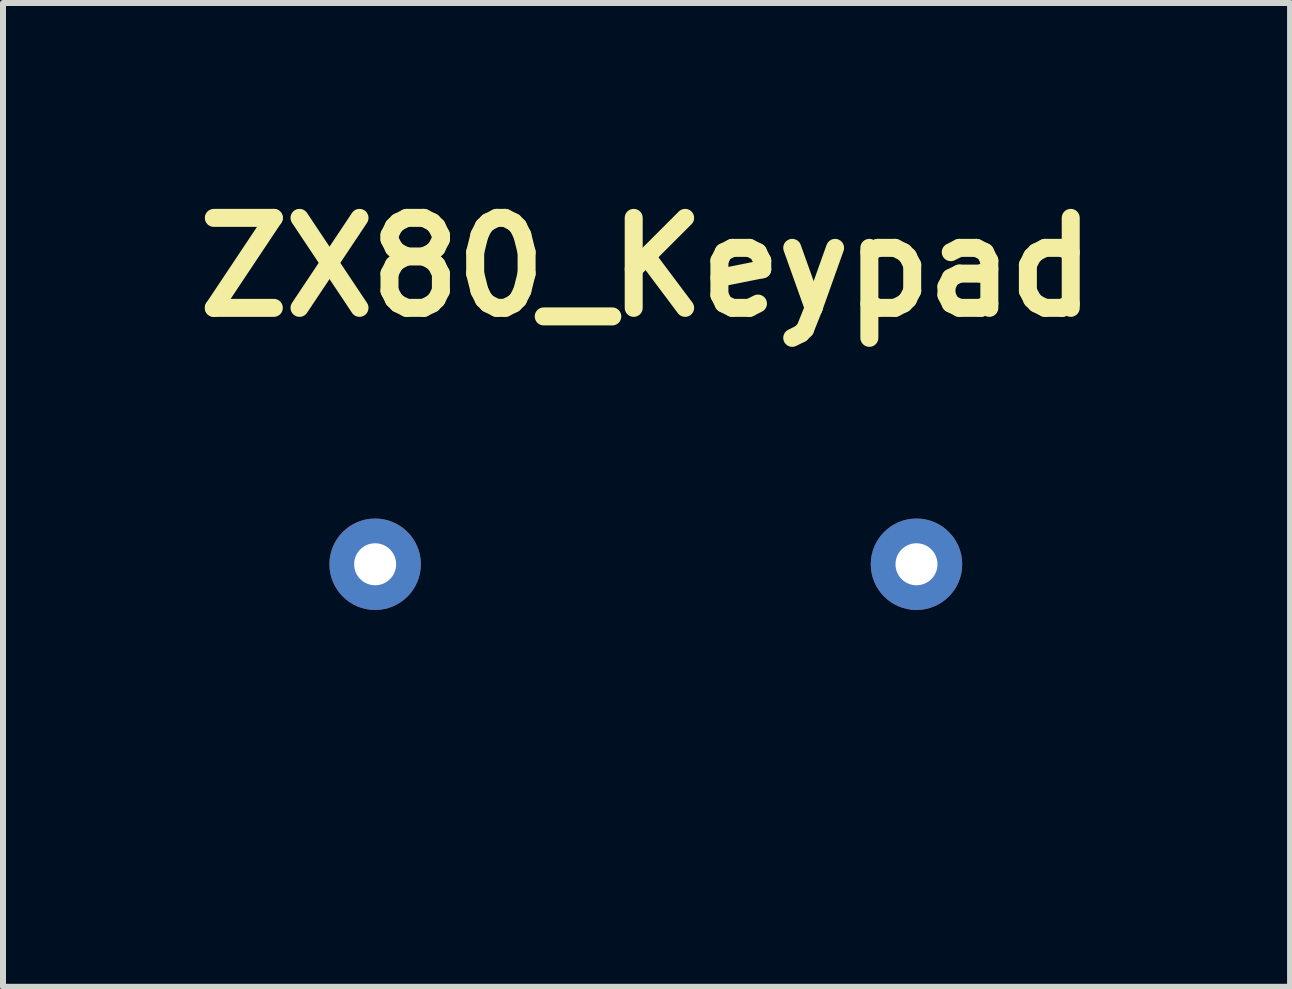
<source format=kicad_pcb>
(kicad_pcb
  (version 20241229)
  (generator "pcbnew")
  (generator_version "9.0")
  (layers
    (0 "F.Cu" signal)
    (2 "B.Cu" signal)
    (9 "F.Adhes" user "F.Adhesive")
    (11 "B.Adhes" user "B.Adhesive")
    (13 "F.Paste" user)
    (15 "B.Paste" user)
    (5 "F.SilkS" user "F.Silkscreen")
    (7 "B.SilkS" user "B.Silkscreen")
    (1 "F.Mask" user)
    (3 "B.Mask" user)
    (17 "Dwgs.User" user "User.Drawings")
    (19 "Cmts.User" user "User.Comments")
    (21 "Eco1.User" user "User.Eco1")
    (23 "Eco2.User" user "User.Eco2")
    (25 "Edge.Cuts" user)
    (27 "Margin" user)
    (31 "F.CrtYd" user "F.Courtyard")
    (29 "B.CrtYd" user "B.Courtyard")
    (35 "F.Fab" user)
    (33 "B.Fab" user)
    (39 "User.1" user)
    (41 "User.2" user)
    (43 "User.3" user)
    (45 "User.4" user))
  (footprint "ZX80_Keypad"
    (layer "F.Cu")
    (at 7.729 6.357)
    (property "Reference" "ZX80_Keypad" (at 0 -4.953 0) (layer "F.SilkS") (effects (font (size 1.5 1.5) (thickness 0.3))))
    (attr board_only exclude_from_pos_files exclude_from_bom)
    (fp_poly (pts (xy 0.228 -2.981) (xy 0.41 -2.979) (xy 0.548 -2.975) (xy 0.656 -2.968) (xy 0.748 -2.955) (xy 0.835 -2.935) (xy 0.933 -2.907) (xy 0.95 -2.902) (xy 1.349 -2.752) (xy 1.711 -2.559) (xy 2.035 -2.323) (xy 2.322 -2.045) (xy 2.568 -1.728) (xy 2.775 -1.371) (xy 2.94 -0.976) (xy 3.063 -0.545) (xy 3.082 -0.457) (xy 3.149 -0.028) (xy 3.178 0.404) (xy 3.168 0.829) (xy 3.121 1.238) (xy 3.037 1.619) (xy 2.959 1.858) (xy 2.783 2.248) (xy 2.557 2.615) (xy 2.289 2.953) (xy 1.982 3.258) (xy 1.643 3.525) (xy 1.275 3.748) (xy 0.886 3.923) (xy 0.756 3.969) (xy 0.684 3.99) (xy 0.614 4.007) (xy 0.536 4.019) (xy 0.44 4.028) (xy 0.316 4.034) (xy 0.156 4.038) (xy -0.052 4.042) (xy -0.071 4.042) (xy -0.337 4.044) (xy -0.552 4.041) (xy -0.722 4.033) (xy -0.853 4.02) (xy -0.907 4.011) (xy -1.305 3.914) (xy -1.675 3.777) (xy -2.023 3.596) (xy -2.355 3.368) (xy -2.676 3.089) (xy -2.963 2.79) (xy -3.126 2.595) (xy -3.271 2.4) (xy -3.406 2.19) (xy -3.541 1.95) (xy -3.658 1.719) (xy -3.731 1.576) (xy -3.8 1.45) (xy -3.86 1.349) (xy -3.904 1.285) (xy -3.92 1.269) (xy -3.967 1.246) (xy -4.059 1.21) (xy -4.183 1.165) (xy -4.329 1.115) (xy -4.424 1.085) (xy -4.682 0.996) (xy -4.891 0.908) (xy -5.056 0.818) (xy -5.184 0.722) (xy -5.282 0.616) (xy -5.322 0.557) (xy -5.361 0.49) (xy -5.387 0.429) (xy -5.402 0.359) (xy -5.411 0.264) (xy -5.417 0.13) (xy -5.418 0.111) (xy -5.417 0.047) (xy -4.806 0.047) (xy -4.771 0.164) (xy -4.698 0.265) (xy -4.595 0.335) (xy -4.551 0.35) (xy -4.486 0.364) (xy -4.439 0.362) (xy -4.378 0.341) (xy -4.356 0.332) (xy -4.244 0.26) (xy -4.173 0.166) (xy -4.143 0.058) (xy -4.148 -0.052) (xy -4.188 -0.155) (xy -4.259 -0.238) (xy -4.359 -0.293) (xy -4.486 -0.308) (xy -4.517 -0.305) (xy -4.645 -0.261) (xy -4.743 -0.171) (xy -4.795 -0.07) (xy -4.806 0.047) (xy -5.417 0.047) (xy -5.416 -0.104) (xy -5.394 -0.291) (xy -5.348 -0.451) (xy -5.274 -0.588) (xy -5.168 -0.706) (xy -5.026 -0.808) (xy -4.845 -0.896) (xy -4.619 -0.975) (xy -4.346 -1.046) (xy -4.021 -1.114) (xy -3.878 -1.141) (xy -3.743 -1.164) (xy -3.623 -1.183) (xy -3.533 -1.195) (xy -3.491 -1.199) (xy -3.425 -1.199) (xy -3.425 -0.435) (xy -3.424 -0.204) (xy -3.423 -0.021) (xy -3.42 0.123) (xy -3.416 0.236) (xy -3.408 0.328) (xy -3.397 0.406) (xy -3.382 0.481) (xy -3.362 0.561) (xy -3.352 0.599) (xy -3.195 1.079) (xy -2.985 1.54) (xy -2.725 1.978) (xy -2.482 2.309) (xy -2.229 2.598) (xy -1.975 2.834) (xy -1.713 3.024) (xy -1.435 3.172) (xy -1.311 3.224) (xy -1.142 3.287) (xy -0.994 3.333) (xy -0.854 3.367) (xy -0.708 3.389) (xy -0.542 3.401) (xy -0.343 3.407) (xy -0.171 3.408) (xy 0.025 3.408) (xy 0.176 3.405) (xy 0.295 3.399) (xy 0.393 3.388) (xy 0.482 3.372) (xy 0.574 3.35) (xy 0.599 3.343) (xy 0.969 3.215) (xy 1.307 3.04) (xy 1.611 2.824) (xy 1.878 2.568) (xy 2.105 2.276) (xy 2.288 1.952) (xy 2.424 1.598) (xy 2.486 1.356) (xy 2.531 1.036) (xy 2.543 0.685) (xy 2.524 0.316) (xy 2.475 -0.055) (xy 2.399 -0.416) (xy 2.297 -0.751) (xy 2.201 -0.984) (xy 2.02 -1.314) (xy 1.807 -1.603) (xy 1.565 -1.849) (xy 1.298 -2.05) (xy 1.01 -2.203) (xy 0.704 -2.306) (xy 0.383 -2.357) (xy 0.1 -2.357) (xy -0.196 -2.32) (xy -0.451 -2.251) (xy -0.674 -2.148) (xy -0.875 -2.005) (xy -0.973 -1.914) (xy -1.151 -1.7) (xy -1.289 -1.452) (xy -1.39 -1.166) (xy -1.453 -0.841) (xy -1.474 -0.63) (xy -1.473 -0.262) (xy -1.423 0.086) (xy -1.324 0.411) (xy -1.178 0.708) (xy -0.987 0.975) (xy -0.869 1.101) (xy -0.68 1.256) (xy -0.486 1.358) (xy -0.289 1.407) (xy -0.095 1.402) (xy 0.092 1.343) (xy 0.281 1.227) (xy 0.421 1.084) (xy 0.511 0.919) (xy 0.551 0.733) (xy 0.542 0.529) (xy 0.482 0.312) (xy 0.371 0.084) (xy 0.238 -0.115) (xy 0.142 -0.244) (xy 0.075 -0.337) (xy 0.03 -0.406) (xy 0.001 -0.46) (xy -0.017 -0.51) (xy -0.03 -0.561) (xy -0.041 -0.707) (xy -0.003 -0.829) (xy 0.063 -0.915) (xy 0.127 -0.968) (xy 0.195 -0.993) (xy 0.289 -0.999) (xy 0.436 -0.982) (xy 0.557 -0.927) (xy 0.67 -0.825) (xy 0.68 -0.815) (xy 0.779 -0.675) (xy 0.876 -0.49) (xy 0.965 -0.273) (xy 1.045 -0.035) (xy 1.11 0.21) (xy 1.158 0.451) (xy 1.185 0.675) (xy 1.187 0.87) (xy 1.184 0.907) (xy 1.133 1.138) (xy 1.032 1.351) (xy 0.888 1.544) (xy 0.709 1.711) (xy 0.5 1.848) (xy 0.267 1.952) (xy 0.018 2.018) (xy -0.242 2.043) (xy -0.506 2.022) (xy -0.554 2.012) (xy -0.855 1.921) (xy -1.129 1.78) (xy -1.374 1.591) (xy -1.589 1.353) (xy -1.774 1.068) (xy -1.801 1.019) (xy -1.957 0.671) (xy -2.063 0.316) (xy -2.124 -0.058) (xy -2.14 -0.414) (xy -2.117 -0.805) (xy -2.048 -1.179) (xy -1.935 -1.529) (xy -1.783 -1.852) (xy -1.592 -2.144) (xy -1.366 -2.399) (xy -1.107 -2.614) (xy -0.818 -2.784) (xy -0.813 -2.786) (xy -0.656 -2.856) (xy -0.514 -2.908) (xy -0.373 -2.944) (xy -0.219 -2.966) (xy -0.038 -2.977) (xy 0.183 -2.981)) (stroke (width 0) (type solid)) (fill yes) (layer "F.Mask"))
    (fp_poly (pts (xy 0.487 -4.012) (xy 0.911 -3.966) (xy 1.305 -3.877) (xy 1.676 -3.744) (xy 2.03 -3.564) (xy 2.197 -3.46) (xy 2.327 -3.364) (xy 2.482 -3.234) (xy 2.651 -3.081) (xy 2.822 -2.916) (xy 2.984 -2.749) (xy 3.126 -2.592) (xy 3.237 -2.455) (xy 3.253 -2.433) (xy 3.365 -2.266) (xy 3.482 -2.074) (xy 3.594 -1.876) (xy 3.69 -1.69) (xy 3.755 -1.547) (xy 3.81 -1.424) (xy 3.869 -1.329) (xy 3.942 -1.254) (xy 4.038 -1.191) (xy 4.167 -1.134) (xy 4.34 -1.074) (xy 4.4 -1.055) (xy 4.673 -0.962) (xy 4.896 -0.871) (xy 5.073 -0.778) (xy 5.211 -0.679) (xy 5.314 -0.571) (xy 5.39 -0.451) (xy 5.392 -0.446) (xy 5.425 -0.342) (xy 5.445 -0.199) (xy 5.453 -0.033) (xy 5.449 0.139) (xy 5.433 0.301) (xy 5.406 0.427) (xy 5.327 0.595) (xy 5.197 0.745) (xy 5.022 0.873) (xy 4.837 0.961) (xy 4.725 0.998) (xy 4.569 1.042) (xy 4.382 1.088) (xy 4.177 1.134) (xy 3.967 1.177) (xy 3.764 1.215) (xy 3.589 1.243) (xy 3.453 1.262) (xy 3.453 0.492) (xy 3.453 0.258) (xy 3.452 0.073) (xy 3.451 0.017) (xy 4.171 0.017) (xy 4.174 0.048) (xy 4.214 0.179) (xy 4.293 0.286) (xy 4.381 0.345) (xy 4.471 0.361) (xy 4.581 0.347) (xy 4.683 0.309) (xy 4.7 0.299) (xy 4.758 0.241) (xy 4.809 0.161) (xy 4.815 0.148) (xy 4.841 0.069) (xy 4.841 0.003) (xy 4.82 -0.07) (xy 4.752 -0.192) (xy 4.655 -0.271) (xy 4.541 -0.305) (xy 4.42 -0.292) (xy 4.304 -0.229) (xy 4.256 -0.184) (xy 4.198 -0.114) (xy 4.173 -0.056) (xy 4.171 0.017) (xy 3.451 0.017) (xy 3.449 -0.072) (xy 3.444 -0.187) (xy 3.437 -0.28) (xy 3.426 -0.36) (xy 3.411 -0.436) (xy 3.392 -0.516) (xy 3.383 -0.551) (xy 3.236 -1.008) (xy 3.039 -1.451) (xy 2.796 -1.872) (xy 2.512 -2.262) (xy 2.193 -2.613) (xy 2.148 -2.655) (xy 1.874 -2.885) (xy 1.58 -3.067) (xy 1.259 -3.207) (xy 0.904 -3.307) (xy 0.619 -3.357) (xy 0.209 -3.388) (xy -0.186 -3.366) (xy -0.564 -3.295) (xy -0.919 -3.176) (xy -1.249 -3.011) (xy -1.55 -2.802) (xy -1.818 -2.55) (xy -2.05 -2.258) (xy -2.24 -1.933) (xy -2.321 -1.76) (xy -2.383 -1.606) (xy -2.429 -1.457) (xy -2.46 -1.302) (xy -2.48 -1.128) (xy -2.491 -0.923) (xy -2.495 -0.675) (xy -2.495 -0.642) (xy -2.495 -0.441) (xy -2.493 -0.285) (xy -2.488 -0.16) (xy -2.479 -0.055) (xy -2.464 0.044) (xy -2.443 0.148) (xy -2.415 0.271) (xy -2.321 0.622) (xy -2.214 0.926) (xy -2.089 1.194) (xy -1.941 1.436) (xy -1.764 1.661) (xy -1.688 1.745) (xy -1.431 1.981) (xy -1.148 2.167) (xy -0.842 2.302) (xy -0.748 2.334) (xy -0.666 2.356) (xy -0.584 2.37) (xy -0.486 2.378) (xy -0.359 2.382) (xy -0.189 2.383) (xy -0.186 2.383) (xy 0.017 2.38) (xy 0.178 2.371) (xy 0.312 2.352) (xy 0.433 2.319) (xy 0.558 2.271) (xy 0.699 2.204) (xy 0.839 2.114) (xy 0.984 1.986) (xy 1.12 1.836) (xy 1.233 1.678) (xy 1.282 1.588) (xy 1.393 1.299) (xy 1.467 0.982) (xy 1.504 0.649) (xy 1.503 0.314) (xy 1.464 -0.009) (xy 1.386 -0.307) (xy 1.37 -0.351) (xy 1.277 -0.551) (xy 1.152 -0.749) (xy 1.005 -0.935) (xy 0.845 -1.097) (xy 0.682 -1.227) (xy 0.525 -1.312) (xy 0.516 -1.315) (xy 0.328 -1.359) (xy 0.142 -1.355) (xy -0.035 -1.306) (xy -0.195 -1.221) (xy -0.332 -1.103) (xy -0.438 -0.959) (xy -0.506 -0.795) (xy -0.53 -0.615) (xy -0.517 -0.489) (xy -0.443 -0.252) (xy -0.318 -0.004) (xy -0.162 0.225) (xy -0.036 0.407) (xy 0.044 0.563) (xy 0.078 0.696) (xy 0.066 0.811) (xy 0.009 0.913) (xy -0.045 0.968) (xy -0.137 1.032) (xy -0.229 1.055) (xy -0.251 1.055) (xy -0.395 1.031) (xy -0.535 0.966) (xy -0.649 0.872) (xy -0.665 0.852) (xy -0.77 0.687) (xy -0.87 0.481) (xy -0.96 0.248) (xy -1.037 -0.001) (xy -1.097 -0.252) (xy -1.138 -0.493) (xy -1.155 -0.712) (xy -1.146 -0.896) (xy -1.145 -0.907) (xy -1.079 -1.141) (xy -0.966 -1.355) (xy -0.811 -1.544) (xy -0.62 -1.705) (xy -0.401 -1.834) (xy -0.16 -1.928) (xy 0.098 -1.982) (xy 0.365 -1.994) (xy 0.636 -1.958) (xy 0.653 -1.954) (xy 0.935 -1.859) (xy 1.195 -1.712) (xy 1.431 -1.517) (xy 1.641 -1.275) (xy 1.822 -0.99) (xy 1.973 -0.662) (xy 2.077 -0.348) (xy 2.105 -0.246) (xy 2.125 -0.158) (xy 2.138 -0.072) (xy 2.147 0.025) (xy 2.151 0.145) (xy 2.153 0.299) (xy 2.153 0.471) (xy 2.152 0.664) (xy 2.149 0.813) (xy 2.143 0.927) (xy 2.134 1.019) (xy 2.119 1.101) (xy 2.098 1.185) (xy 2.073 1.27) (xy 1.935 1.647) (xy 1.76 1.982) (xy 1.551 2.275) (xy 1.309 2.524) (xy 1.035 2.727) (xy 0.73 2.882) (xy 0.484 2.967) (xy 0.329 2.999) (xy 0.137 3.024) (xy -0.074 3.039) (xy -0.284 3.043) (xy -0.473 3.036) (xy -0.585 3.024) (xy -0.823 2.973) (xy -1.079 2.893) (xy -1.328 2.793) (xy -1.439 2.739) (xy -1.796 2.526) (xy -2.112 2.273) (xy -2.386 1.98) (xy -2.62 1.648) (xy -2.812 1.276) (xy -2.962 0.865) (xy -3.058 0.486) (xy -3.088 0.303) (xy -3.11 0.081) (xy -3.126 -0.164) (xy -3.134 -0.418) (xy -3.135 -0.666) (xy -3.127 -0.895) (xy -3.11 -1.088) (xy -3.099 -1.169) (xy -2.995 -1.602) (xy -2.84 -2.013) (xy -2.636 -2.399) (xy -2.386 -2.756) (xy -2.094 -3.081) (xy -1.76 -3.369) (xy -1.39 -3.618) (xy -1.113 -3.765) (xy -0.911 -3.854) (xy -0.72 -3.919) (xy -0.523 -3.966) (xy -0.305 -3.996) (xy -0.051 -4.013) (xy 0.029 -4.016)) (stroke (width 0) (type solid)) (fill yes) (layer "F.Mask"))
    (pad "1" thru_hole circle (at -4.525 0) (size 1.524 1.524) (drill 0.7) (layers "*.Cu" "*.Mask"))
    (pad "2" thru_hole circle (at 4.5 0) (size 1.524 1.524) (drill 0.7) (layers "*.Cu" "*.Mask")))
  (gr_rect
    (start -3 -3)
    (end 18.457 13.401)
    (stroke (width 0.1) (type default))
    (fill no)
    (layer "Edge.Cuts")))
</source>
